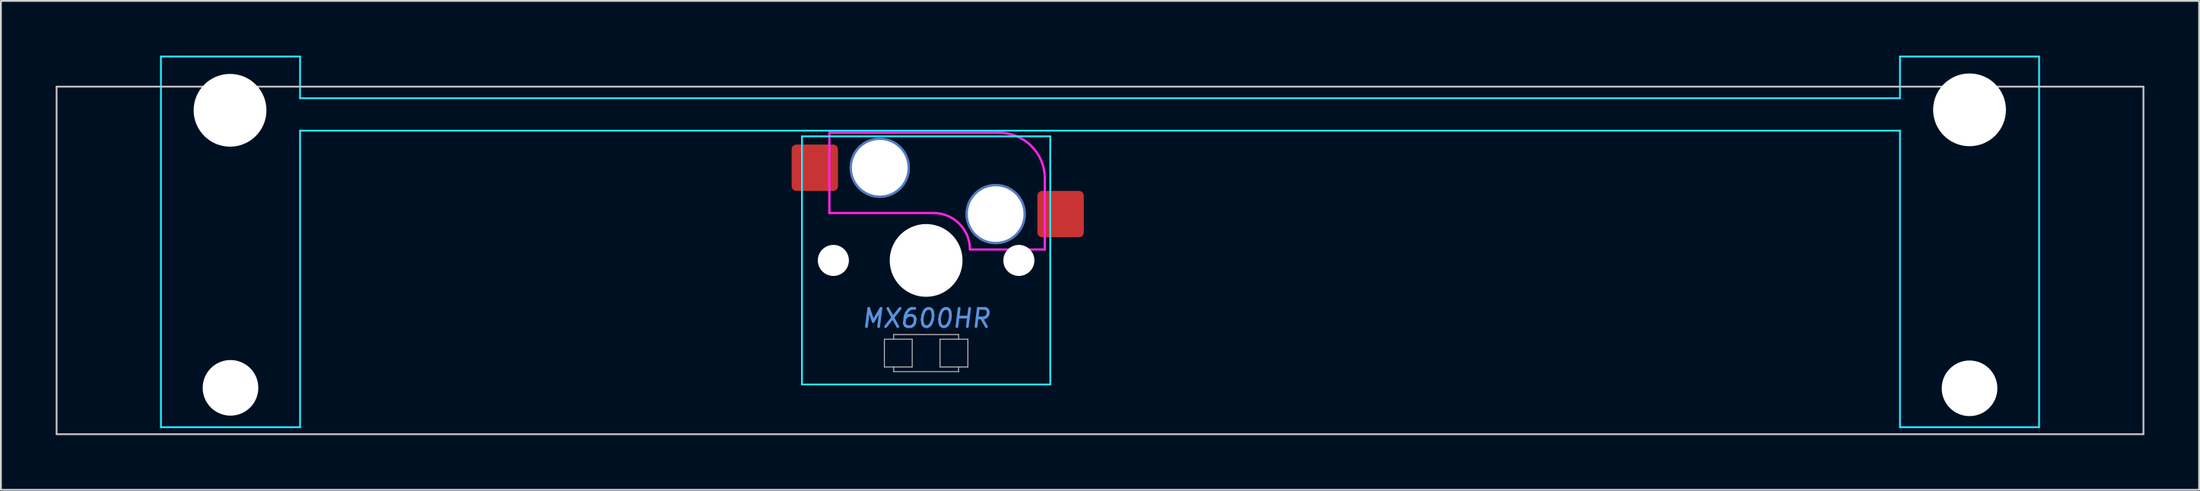
<source format=kicad_pcb>
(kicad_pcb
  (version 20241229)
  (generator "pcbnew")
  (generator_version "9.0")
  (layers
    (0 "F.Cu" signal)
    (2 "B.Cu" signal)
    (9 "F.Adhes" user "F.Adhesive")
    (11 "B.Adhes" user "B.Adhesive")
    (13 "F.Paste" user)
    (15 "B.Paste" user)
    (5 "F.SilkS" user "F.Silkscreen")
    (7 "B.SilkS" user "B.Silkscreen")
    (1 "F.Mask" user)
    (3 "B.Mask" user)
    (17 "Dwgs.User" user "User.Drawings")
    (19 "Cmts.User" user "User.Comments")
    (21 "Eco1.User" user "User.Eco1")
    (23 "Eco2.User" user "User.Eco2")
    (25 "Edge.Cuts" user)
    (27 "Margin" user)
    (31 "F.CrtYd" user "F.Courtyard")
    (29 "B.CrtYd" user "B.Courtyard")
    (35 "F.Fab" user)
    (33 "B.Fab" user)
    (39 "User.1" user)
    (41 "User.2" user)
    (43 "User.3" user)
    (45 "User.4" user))
  (footprint "MX600HR"
    (layer "F.Cu")
    (at 47.675 11.226)
    (property "Reference" "MX600HR" (at 0 3.175 0) (layer "Cmts.User") (effects (font (size 1 1) (thickness 0.15) (italic yes))))
    (attr smd)
    (fp_line (start -47.625 -9.525) (end -47.625 9.525) (stroke (width 0.1) (type solid)) (layer "Dwgs.User"))
    (fp_line (start -47.625 -9.525) (end 66.675 -9.525) (stroke (width 0.1) (type solid)) (layer "Dwgs.User"))
    (fp_line (start -47.625 9.525) (end 66.675 9.525) (stroke (width 0.1) (type solid)) (layer "Dwgs.User"))
    (fp_line (start -2.286 4.318) (end -0.762 4.318) (stroke (width 0.051) (type solid)) (layer "Dwgs.User"))
    (fp_line (start -2.286 5.842) (end -2.286 4.318) (stroke (width 0.051) (type solid)) (layer "Dwgs.User"))
    (fp_line (start -1.778 4.064) (end 1.778 4.064) (stroke (width 0.051) (type solid)) (layer "Dwgs.User"))
    (fp_line (start -1.778 4.318) (end -1.778 4.064) (stroke (width 0.051) (type solid)) (layer "Dwgs.User"))
    (fp_line (start -1.778 6.096) (end -1.778 5.842) (stroke (width 0.051) (type solid)) (layer "Dwgs.User"))
    (fp_line (start -0.762 4.318) (end -0.762 5.842) (stroke (width 0.051) (type solid)) (layer "Dwgs.User"))
    (fp_line (start -0.762 5.842) (end -2.286 5.842) (stroke (width 0.051) (type solid)) (layer "Dwgs.User"))
    (fp_line (start 0.762 4.318) (end 2.286 4.318) (stroke (width 0.051) (type solid)) (layer "Dwgs.User"))
    (fp_line (start 0.762 5.842) (end 0.762 4.318) (stroke (width 0.051) (type solid)) (layer "Dwgs.User"))
    (fp_line (start 1.778 4.064) (end 1.778 4.318) (stroke (width 0.051) (type solid)) (layer "Dwgs.User"))
    (fp_line (start 1.778 5.842) (end 1.778 6.096) (stroke (width 0.051) (type solid)) (layer "Dwgs.User"))
    (fp_line (start 1.778 6.096) (end -1.778 6.096) (stroke (width 0.051) (type solid)) (layer "Dwgs.User"))
    (fp_line (start 2.286 4.318) (end 2.286 5.842) (stroke (width 0.051) (type solid)) (layer "Dwgs.User"))
    (fp_line (start 2.286 5.842) (end 0.762 5.842) (stroke (width 0.051) (type solid)) (layer "Dwgs.User"))
    (fp_line (start 66.675 -9.525) (end 66.675 9.525) (stroke (width 0.1) (type solid)) (layer "Dwgs.User"))
    (fp_line (start -41.6 -8.515) (end -41.6 5.485) (stroke (width 0.1) (type solid)) (layer "Eco1.User"))
    (fp_line (start -41.1 -9.015) (end -35.1 -9.015) (stroke (width 0.1) (type solid)) (layer "Eco1.User"))
    (fp_line (start -35.1 5.985) (end -41.1 5.985) (stroke (width 0.1) (type solid)) (layer "Eco1.User"))
    (fp_line (start -34.6 5.485) (end -34.6 -8.515) (stroke (width 0.1) (type solid)) (layer "Eco1.User"))
    (fp_line (start -7 -6.5) (end -7 6.5) (stroke (width 0.1) (type solid)) (layer "Eco1.User"))
    (fp_line (start -6.5 7) (end 6.5 7) (stroke (width 0.1) (type solid)) (layer "Eco1.User"))
    (fp_line (start 6.5 -7) (end -6.5 -7) (stroke (width 0.1) (type solid)) (layer "Eco1.User"))
    (fp_line (start 7 6.5) (end 7 -6.5) (stroke (width 0.1) (type solid)) (layer "Eco1.User"))
    (fp_line (start 53.65 -8.515) (end 53.65 5.485) (stroke (width 0.1) (type solid)) (layer "Eco1.User"))
    (fp_line (start 54.15 -9.015) (end 60.15 -9.015) (stroke (width 0.1) (type solid)) (layer "Eco1.User"))
    (fp_line (start 60.15 5.985) (end 54.15 5.985) (stroke (width 0.1) (type solid)) (layer "Eco1.User"))
    (fp_line (start 60.65 5.485) (end 60.65 -8.515) (stroke (width 0.1) (type solid)) (layer "Eco1.User"))
    (fp_arc (start -41.6 -8.515) (mid -41.453553 -8.868553) (end -41.1 -9.015) (stroke (width 0.1) (type solid)) (layer "Eco1.User"))
    (fp_arc (start -41.1 5.985) (mid -41.453553 5.838553) (end -41.6 5.485) (stroke (width 0.1) (type solid)) (layer "Eco1.User"))
    (fp_arc (start -35.1 -9.015) (mid -34.746447 -8.868553) (end -34.6 -8.515) (stroke (width 0.1) (type solid)) (layer "Eco1.User"))
    (fp_arc (start -34.6 5.485) (mid -34.746447 5.838553) (end -35.1 5.985) (stroke (width 0.1) (type solid)) (layer "Eco1.User"))
    (fp_arc (start -7 -6.5) (mid -6.853553 -6.853553) (end -6.5 -7) (stroke (width 0.1) (type solid)) (layer "Eco1.User"))
    (fp_arc (start -6.5 7) (mid -6.853553 6.853553) (end -7 6.5) (stroke (width 0.1) (type solid)) (layer "Eco1.User"))
    (fp_arc (start 6.5 -7) (mid 6.853553 -6.853553) (end 7 -6.5) (stroke (width 0.1) (type solid)) (layer "Eco1.User"))
    (fp_arc (start 7 6.5) (mid 6.853553 6.853553) (end 6.5 7) (stroke (width 0.1) (type solid)) (layer "Eco1.User"))
    (fp_arc (start 53.65 -8.515) (mid 53.796447 -8.868553) (end 54.15 -9.015) (stroke (width 0.1) (type solid)) (layer "Eco1.User"))
    (fp_arc (start 54.15 5.985) (mid 53.796447 5.838553) (end 53.65 5.485) (stroke (width 0.1) (type solid)) (layer "Eco1.User"))
    (fp_arc (start 60.15 -9.015) (mid 60.503553 -8.868553) (end 60.65 -8.515) (stroke (width 0.1) (type solid)) (layer "Eco1.User"))
    (fp_arc (start 60.65 5.485) (mid 60.503553 5.838553) (end 60.15 5.985) (stroke (width 0.1) (type solid)) (layer "Eco1.User"))
    (fp_line (start -41.91 -11.176) (end -34.29 -11.176) (stroke (width 0.1) (type solid)) (layer "B.CrtYd"))
    (fp_line (start -41.91 9.144) (end -41.91 -11.176) (stroke (width 0.1) (type solid)) (layer "B.CrtYd"))
    (fp_line (start -41.91 9.144) (end -34.29 9.144) (stroke (width 0.1) (type solid)) (layer "B.CrtYd"))
    (fp_line (start -34.29 -8.89) (end -34.29 -11.176) (stroke (width 0.1) (type solid)) (layer "B.CrtYd"))
    (fp_line (start -34.29 -7.112) (end -34.29 9.144) (stroke (width 0.1) (type solid)) (layer "B.CrtYd"))
    (fp_line (start -6.8 -6.8) (end -6.8 6.8) (stroke (width 0.1) (type solid)) (layer "B.CrtYd"))
    (fp_line (start 6.8 -6.8) (end -6.8 -6.8) (stroke (width 0.1) (type solid)) (layer "B.CrtYd"))
    (fp_line (start 6.8 -6.8) (end 6.8 6.8) (stroke (width 0.1) (type solid)) (layer "B.CrtYd"))
    (fp_line (start 6.8 6.8) (end -6.8 6.8) (stroke (width 0.1) (type solid)) (layer "B.CrtYd"))
    (fp_line (start 53.34 -8.89) (end -34.29 -8.89) (stroke (width 0.1) (type solid)) (layer "B.CrtYd"))
    (fp_line (start 53.34 -8.89) (end 53.34 -11.176) (stroke (width 0.1) (type solid)) (layer "B.CrtYd"))
    (fp_line (start 53.34 -7.112) (end -34.29 -7.112) (stroke (width 0.1) (type solid)) (layer "B.CrtYd"))
    (fp_line (start 53.34 -7.112) (end 53.34 9.144) (stroke (width 0.1) (type solid)) (layer "B.CrtYd"))
    (fp_line (start 60.96 -11.176) (end 53.34 -11.176) (stroke (width 0.1) (type solid)) (layer "B.CrtYd"))
    (fp_line (start 60.96 9.144) (end 53.34 9.144) (stroke (width 0.1) (type solid)) (layer "B.CrtYd"))
    (fp_line (start 60.96 9.144) (end 60.96 -11.176) (stroke (width 0.1) (type solid)) (layer "B.CrtYd"))
    (fp_line (start -5.3 -7) (end -5.3 -2.6) (stroke (width 0.127) (type solid)) (layer "F.CrtYd"))
    (fp_line (start -5.2 -7) (end -5.3 -7) (stroke (width 0.12) (type solid)) (layer "F.CrtYd"))
    (fp_line (start 0.4 -2.6) (end -5.3 -2.6) (stroke (width 0.127) (type solid)) (layer "F.CrtYd"))
    (fp_line (start 4 -7) (end -5.2 -7) (stroke (width 0.12) (type solid)) (layer "F.CrtYd"))
    (fp_line (start 6.5 -4.5) (end 6.5 -0.6) (stroke (width 0.127) (type solid)) (layer "F.CrtYd"))
    (fp_line (start 6.5 -0.6) (end 2.4 -0.6) (stroke (width 0.12) (type solid)) (layer "F.CrtYd"))
    (fp_arc (start 0.4 -2.6) (mid 1.814214 -2.014214) (end 2.4 -0.6) (stroke (width 0.127) (type solid)) (layer "F.CrtYd"))
    (fp_arc (start 4 -7) (mid 5.767767 -6.267767) (end 6.5 -4.5) (stroke (width 0.127) (type solid)) (layer "F.CrtYd"))
    (pad "" np_thru_hole circle (at -38.125 -8.23 180) (size 3.988 3.988) (drill 3.988) (layers "*.Cu" "*.Mask"))
    (pad "" np_thru_hole circle (at -38.1 6.985 180) (size 3.048 3.048) (drill 3.048) (layers "*.Cu" "*.Mask"))
    (pad "" np_thru_hole circle (at -5.08 0) (size 1.702 1.702) (drill 1.702) (layers "*.Cu" "*.Mask"))
    (pad "" np_thru_hole circle (at -2.54 -5.08) (size 3.302 3.302) (drill 3.048) (layers "*.Cu" "*.Mask"))
    (pad "" np_thru_hole circle (at 0 0) (size 3.988 3.988) (drill 3.988) (layers "*.Cu" "*.Mask"))
    (pad "" np_thru_hole circle (at 3.81 -2.54) (size 3.302 3.302) (drill 3.048) (layers "*.Cu" "*.Mask"))
    (pad "" np_thru_hole circle (at 5.08 0) (size 1.702 1.702) (drill 1.702) (layers "*.Cu" "*.Mask"))
    (pad "" np_thru_hole circle (at 57.15 -8.255 180) (size 3.988 3.988) (drill 3.988) (layers "*.Cu" "*.Mask"))
    (pad "" np_thru_hole circle (at 57.15 7.01 180) (size 3.048 3.048) (drill 3.048) (layers "*.Cu" "*.Mask"))
    (pad "1" smd roundrect (at -6.096 -5.08) (size 2.54 2.54) (layers "F.Cu" "F.Mask") (roundrect_rratio 0.1))
    (pad "2" smd roundrect (at 7.366 -2.54) (size 2.54 2.54) (layers "F.Cu" "F.Mask") (roundrect_rratio 0.1)))
  (gr_rect
    (start -3 -3)
    (end 117.4 23.801)
    (stroke (width 0.1) (type default))
    (fill no)
    (layer "Edge.Cuts")))
</source>
